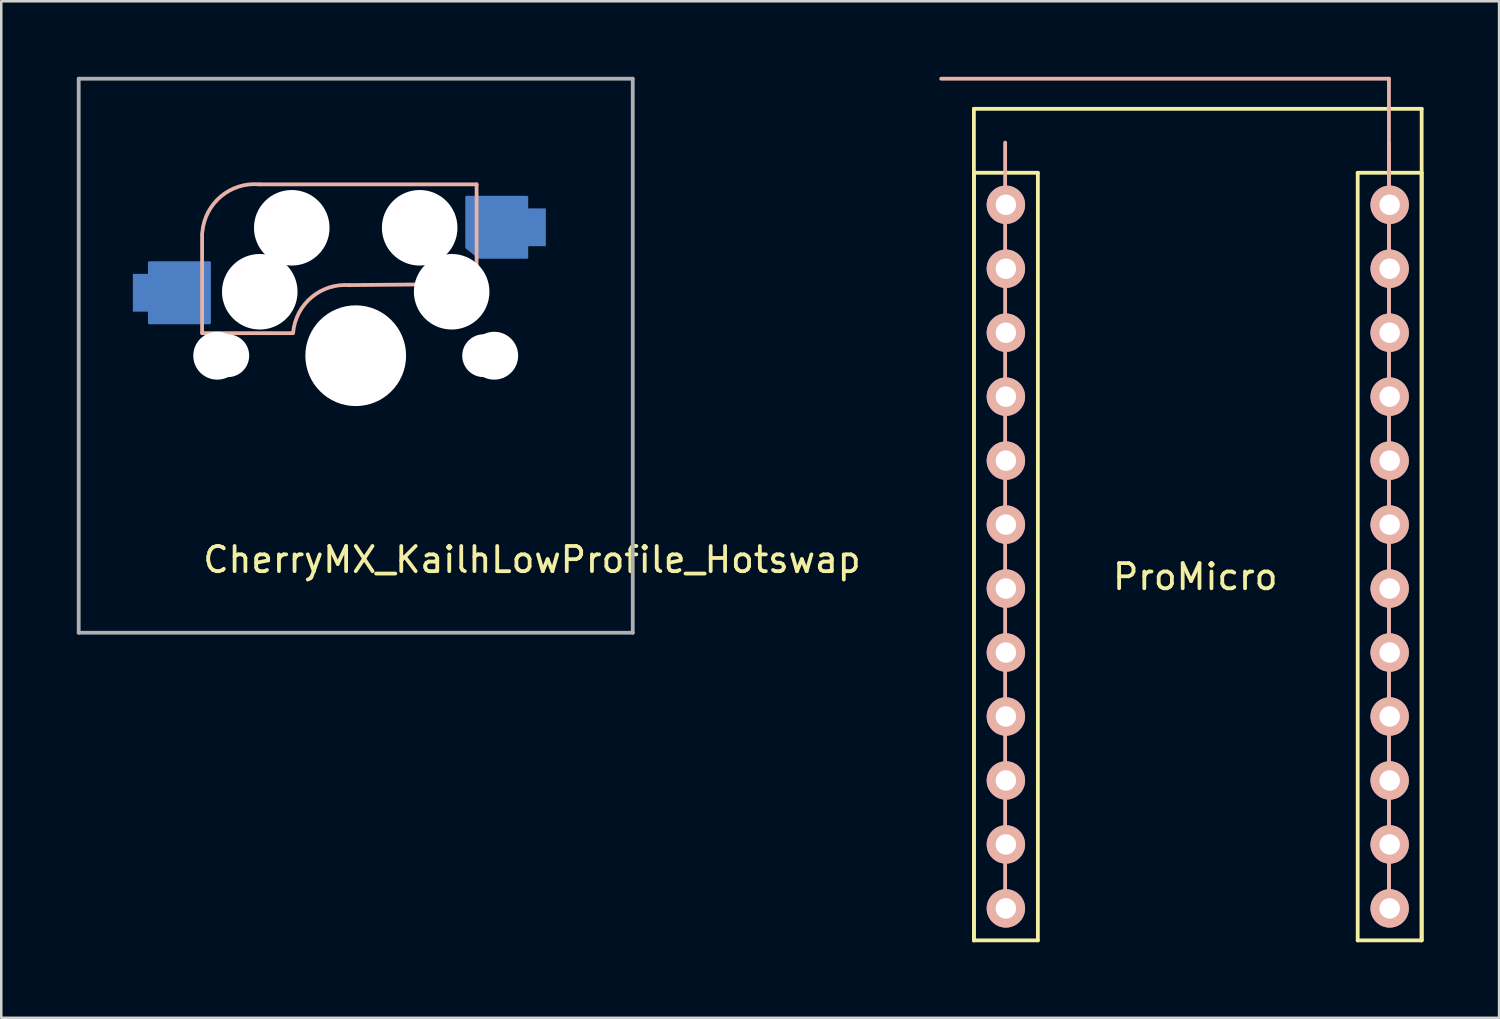
<source format=kicad_pcb>
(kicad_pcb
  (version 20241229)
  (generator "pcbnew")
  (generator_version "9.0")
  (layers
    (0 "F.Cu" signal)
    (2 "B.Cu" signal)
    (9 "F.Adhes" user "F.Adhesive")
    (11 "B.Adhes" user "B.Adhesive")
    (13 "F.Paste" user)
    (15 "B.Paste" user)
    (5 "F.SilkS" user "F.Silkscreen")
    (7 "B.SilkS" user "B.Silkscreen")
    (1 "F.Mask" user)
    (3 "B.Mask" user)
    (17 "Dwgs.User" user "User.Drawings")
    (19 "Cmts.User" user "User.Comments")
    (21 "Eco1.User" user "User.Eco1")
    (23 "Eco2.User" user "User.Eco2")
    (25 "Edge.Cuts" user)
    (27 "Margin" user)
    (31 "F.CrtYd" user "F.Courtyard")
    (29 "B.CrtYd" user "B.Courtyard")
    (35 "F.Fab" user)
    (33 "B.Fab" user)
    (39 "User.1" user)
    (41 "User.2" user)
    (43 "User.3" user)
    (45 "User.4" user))
  (footprint "ProMicro"
    (layer "F.Cu")
    (at 44.413 18.655)
    (property "Reference" "ProMicro" (at 0 1.2 0) (layer "F.SilkS") (effects (font (size 1 1) (thickness 0.15))))
    (attr through_hole)
    (fp_line (start -8.791 -17.384) (end -8.791 15.636) (stroke (width 0.15) (type solid)) (layer "F.SilkS"))
    (fp_line (start -8.791 -14.844) (end -8.791 15.636) (stroke (width 0.15) (type solid)) (layer "F.SilkS"))
    (fp_line (start -8.791 15.636) (end -6.251 15.636) (stroke (width 0.15) (type solid)) (layer "F.SilkS"))
    (fp_line (start -6.251 -14.844) (end -8.791 -14.844) (stroke (width 0.15) (type solid)) (layer "F.SilkS"))
    (fp_line (start -6.251 15.636) (end -6.251 -14.844) (stroke (width 0.15) (type solid)) (layer "F.SilkS"))
    (fp_line (start 6.449 -14.844) (end 6.449 15.636) (stroke (width 0.15) (type solid)) (layer "F.SilkS"))
    (fp_line (start 6.449 15.636) (end 8.989 15.636) (stroke (width 0.15) (type solid)) (layer "F.SilkS"))
    (fp_line (start 8.989 -17.384) (end -8.791 -17.384) (stroke (width 0.15) (type solid)) (layer "F.SilkS"))
    (fp_line (start 8.989 -14.844) (end 6.449 -14.844) (stroke (width 0.15) (type solid)) (layer "F.SilkS"))
    (fp_line (start 8.989 15.636) (end 8.989 -17.384) (stroke (width 0.15) (type solid)) (layer "F.SilkS"))
    (fp_line (start 8.989 15.636) (end 8.989 -14.844) (stroke (width 0.15) (type solid)) (layer "F.SilkS"))
    (fp_line (start -10.09 -18.58) (end 7.69 -18.58) (stroke (width 0.15) (type solid)) (layer "B.SilkS"))
    (fp_line (start -7.55 -16.04) (end -7.55 14.44) (stroke (width 0.15) (type solid)) (layer "B.SilkS"))
    (fp_line (start 7.69 -18.58) (end 7.69 14.44) (stroke (width 0.15) (type solid)) (layer "B.SilkS"))
    (fp_line (start 7.69 -16.04) (end 7.69 14.44) (stroke (width 0.15) (type solid)) (layer "B.SilkS"))
    (pad "1" thru_hole circle (at 7.719 -13.574 180) (size 1.524 1.524) (drill 0.813) (layers "*.Cu" "*.Mask" "B.SilkS"))
    (pad "2" thru_hole circle (at 7.719 -11.034 180) (size 1.524 1.524) (drill 0.813) (layers "*.Cu" "*.Mask" "B.SilkS"))
    (pad "3" thru_hole circle (at 7.719 -8.494 180) (size 1.524 1.524) (drill 0.813) (layers "*.Cu" "*.Mask" "B.SilkS"))
    (pad "4" thru_hole circle (at 7.719 -5.954 180) (size 1.524 1.524) (drill 0.813) (layers "*.Cu" "*.Mask" "B.SilkS"))
    (pad "5" thru_hole circle (at 7.719 -3.414 180) (size 1.524 1.524) (drill 0.813) (layers "*.Cu" "*.Mask" "B.SilkS"))
    (pad "6" thru_hole circle (at 7.719 -0.874 180) (size 1.524 1.524) (drill 0.813) (layers "*.Cu" "*.Mask" "B.SilkS"))
    (pad "7" thru_hole circle (at 7.719 1.666 180) (size 1.524 1.524) (drill 0.813) (layers "*.Cu" "*.Mask" "B.SilkS"))
    (pad "8" thru_hole circle (at 7.719 4.206 180) (size 1.524 1.524) (drill 0.813) (layers "*.Cu" "*.Mask" "B.SilkS"))
    (pad "9" thru_hole circle (at 7.719 6.746 180) (size 1.524 1.524) (drill 0.813) (layers "*.Cu" "*.Mask" "B.SilkS"))
    (pad "10" thru_hole circle (at 7.719 9.286 180) (size 1.524 1.524) (drill 0.813) (layers "*.Cu" "*.Mask" "B.SilkS"))
    (pad "11" thru_hole circle (at 7.719 11.826 180) (size 1.524 1.524) (drill 0.813) (layers "*.Cu" "*.Mask" "B.SilkS"))
    (pad "12" thru_hole circle (at 7.719 14.366 180) (size 1.524 1.524) (drill 0.813) (layers "*.Cu" "*.Mask" "B.SilkS"))
    (pad "13" thru_hole circle (at -7.521 14.366 180) (size 1.524 1.524) (drill 0.813) (layers "*.Cu" "*.Mask" "B.SilkS"))
    (pad "14" thru_hole circle (at -7.521 11.826 180) (size 1.524 1.524) (drill 0.813) (layers "*.Cu" "*.Mask" "B.SilkS"))
    (pad "15" thru_hole circle (at -7.521 9.286 180) (size 1.524 1.524) (drill 0.813) (layers "*.Cu" "*.Mask" "B.SilkS"))
    (pad "16" thru_hole circle (at -7.521 6.746 180) (size 1.524 1.524) (drill 0.813) (layers "*.Cu" "*.Mask" "B.SilkS"))
    (pad "17" thru_hole circle (at -7.521 4.206 180) (size 1.524 1.524) (drill 0.813) (layers "*.Cu" "*.Mask" "B.SilkS"))
    (pad "18" thru_hole circle (at -7.521 1.666 180) (size 1.524 1.524) (drill 0.813) (layers "*.Cu" "*.Mask" "B.SilkS"))
    (pad "19" thru_hole circle (at -7.521 -0.874 180) (size 1.524 1.524) (drill 0.813) (layers "*.Cu" "*.Mask" "B.SilkS"))
    (pad "20" thru_hole circle (at -7.521 -3.414 180) (size 1.524 1.524) (drill 0.813) (layers "*.Cu" "*.Mask" "B.SilkS"))
    (pad "21" thru_hole circle (at -7.521 -5.954 180) (size 1.524 1.524) (drill 0.813) (layers "*.Cu" "*.Mask" "B.SilkS"))
    (pad "22" thru_hole circle (at -7.521 -8.494 180) (size 1.524 1.524) (drill 0.813) (layers "*.Cu" "*.Mask" "B.SilkS"))
    (pad "23" thru_hole circle (at -7.521 -11.034 180) (size 1.524 1.524) (drill 0.813) (layers "*.Cu" "*.Mask" "B.SilkS"))
    (pad "24" thru_hole circle (at -7.521 -13.574 180) (size 1.524 1.524) (drill 0.813) (layers "*.Cu" "*.Mask" "B.SilkS")))
  (footprint "CherryMX_KailhLowProfile_Hotswap"
    (layer "F.Cu")
    (at 11.075 11.075)
    (property "Reference" "CherryMX_KailhLowProfile_Hotswap" (at 7 8.1 0) (layer "F.SilkS") (effects (font (size 1 1) (thickness 0.15))))
    (attr through_hole)
    (fp_line (start -6.1 -4.85) (end -6.1 -0.905) (stroke (width 0.15) (type solid)) (layer "B.SilkS"))
    (fp_line (start -6.1 -0.896) (end -2.49 -0.896) (stroke (width 0.15) (type solid)) (layer "B.SilkS"))
    (fp_line (start 4.8 -6.804) (end -3.825 -6.804) (stroke (width 0.15) (type solid)) (layer "B.SilkS"))
    (fp_line (start 4.8 -2.896) (end 4.8 -6.804) (stroke (width 0.15) (type solid)) (layer "B.SilkS"))
    (fp_line (start 4.8 -2.85) (end -0.25 -2.804) (stroke (width 0.15) (type solid)) (layer "B.SilkS"))
    (fp_arc (start -6.089 -4.92) (mid -5.347189 -6.33089) (end -3.825 -6.804) (stroke (width 0.15) (type solid)) (layer "B.SilkS"))
    (fp_arc (start -2.484999 -0.920001) (mid -1.74436 -2.328062) (end -0.225 -2.8) (stroke (width 0.15) (type solid)) (layer "B.SilkS"))
    (fp_line (start -9 -9) (end 9 -9) (stroke (width 0.15) (type solid)) (layer "Eco1.User"))
    (fp_line (start -9 9) (end -9 -9) (stroke (width 0.15) (type solid)) (layer "Eco1.User"))
    (fp_line (start 9 -9) (end 9 9) (stroke (width 0.15) (type solid)) (layer "Eco1.User"))
    (fp_line (start 9 9) (end -9 9) (stroke (width 0.15) (type solid)) (layer "Eco1.User"))
    (fp_line (start -7 -7) (end 7 -7) (stroke (width 0.15) (type solid)) (layer "Eco2.User"))
    (fp_line (start -7 7) (end -7 -7) (stroke (width 0.15) (type solid)) (layer "Eco2.User"))
    (fp_line (start 7 -7) (end 7 7) (stroke (width 0.15) (type solid)) (layer "Eco2.User"))
    (fp_line (start 7 7) (end -7 7) (stroke (width 0.15) (type solid)) (layer "Eco2.User"))
    (fp_line (start -11 -11) (end -11 11) (stroke (width 0.15) (type solid)) (layer "F.Fab"))
    (fp_line (start -11 11) (end 11 11) (stroke (width 0.15) (type solid)) (layer "F.Fab"))
    (fp_line (start 11 -11) (end -11 -11) (stroke (width 0.15) (type solid)) (layer "F.Fab"))
    (fp_line (start 11 11) (end 11 -11) (stroke (width 0.15) (type solid)) (layer "F.Fab"))
    (pad "" np_thru_hole circle (at -5.5 0 90) (size 1.9 1.9) (drill 1.9) (layers "*.Cu" "*.Mask"))
    (pad "" np_thru_hole circle (at -5.08 0) (size 1.7 1.7) (drill 1.7) (layers "*.Cu" "*.Mask"))
    (pad "" np_thru_hole circle (at -3.81 -2.54 180) (size 3 3) (drill 3) (layers "*.Cu" "*.Mask"))
    (pad "" np_thru_hole circle (at -2.54 -5.08 180) (size 3 3) (drill 3) (layers "*.Cu" "*.Mask"))
    (pad "" np_thru_hole circle (at 0 0 90) (size 4 4) (drill 4) (layers "*.Cu" "*.Mask"))
    (pad "" np_thru_hole circle (at 2.54 -5.08 180) (size 3 3) (drill 3) (layers "*.Cu" "*.Mask"))
    (pad "" np_thru_hole circle (at 3.81 -2.54 180) (size 3 3) (drill 3) (layers "*.Cu" "*.Mask"))
    (pad "" np_thru_hole circle (at 5.08 0) (size 1.7 1.7) (drill 1.7) (layers "*.Cu" "*.Mask"))
    (pad "" np_thru_hole circle (at 5.5 0 90) (size 1.9 1.9) (drill 1.9) (layers "*.Cu" "*.Mask"))
    (pad "1" smd custom (at -8.5 -2.5) (size 0.7 1.5) (layers "B.Cu" "B.Mask" "B.Paste") (options (anchor rect)) (primitives (gr_poly (pts (xy 0.3 -1.2) (xy 2.7 -1.2) (xy 2.7 1.2) (xy 0.3 1.2)) (width 0.1) (fill yes))))
    (pad "2" smd custom (at 7.2 -5.1) (size 0.7 1.5) (layers "B.Cu" "B.Mask" "B.Paste") (options (anchor rect)) (primitives (gr_poly (pts (xy -0.4 -1.2) (xy -2.8 -1.2) (xy -2.8 0.8) (xy -2.3 1.2) (xy -0.4 1.2)) (width 0.1) (fill yes)))))
  (gr_rect
    (start -3 -3)
    (end 56.476 37.366)
    (stroke (width 0.1) (type default))
    (fill no)
    (layer "Edge.Cuts")))
</source>
